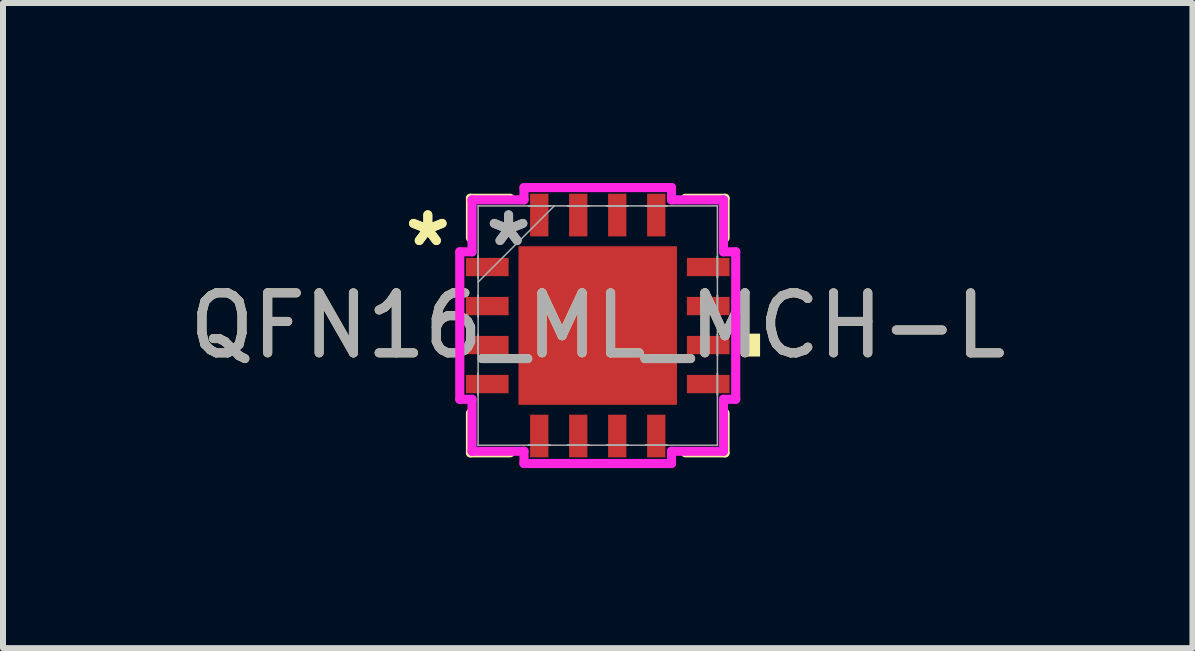
<source format=kicad_pcb>
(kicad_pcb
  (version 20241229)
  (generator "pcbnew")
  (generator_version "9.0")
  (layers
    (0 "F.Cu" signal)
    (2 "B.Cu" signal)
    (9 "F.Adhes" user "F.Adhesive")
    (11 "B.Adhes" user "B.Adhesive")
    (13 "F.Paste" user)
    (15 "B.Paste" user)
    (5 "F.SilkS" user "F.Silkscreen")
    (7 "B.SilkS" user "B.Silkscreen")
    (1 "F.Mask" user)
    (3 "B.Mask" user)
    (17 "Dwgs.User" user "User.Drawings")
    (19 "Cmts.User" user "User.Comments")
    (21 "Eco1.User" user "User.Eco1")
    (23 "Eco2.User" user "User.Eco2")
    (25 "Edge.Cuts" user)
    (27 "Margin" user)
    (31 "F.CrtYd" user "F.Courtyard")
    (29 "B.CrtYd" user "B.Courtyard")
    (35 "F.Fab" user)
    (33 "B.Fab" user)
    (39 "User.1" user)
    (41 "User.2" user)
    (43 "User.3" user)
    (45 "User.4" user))
  (footprint "QFN16_ML_MCH-L"
    (layer "F.Cu")
    (at 6.911 2.375)
    (property "Reference" "QFN16_ML_MCH-L" (at 0 0 0) (unlocked yes) (layer "F.SilkS") (effects (font (size 1 1) (thickness 0.15))))
    (attr smd)
    (fp_line (start -2.121 -2.121) (end -2.121 -1.46) (stroke (width 0.152) (type solid)) (layer "F.SilkS"))
    (fp_line (start -2.121 1.46) (end -2.121 2.121) (stroke (width 0.152) (type solid)) (layer "F.SilkS"))
    (fp_line (start -2.121 2.121) (end -1.46 2.121) (stroke (width 0.152) (type solid)) (layer "F.SilkS"))
    (fp_line (start -1.46 -2.121) (end -2.121 -2.121) (stroke (width 0.152) (type solid)) (layer "F.SilkS"))
    (fp_line (start 1.46 2.121) (end 2.121 2.121) (stroke (width 0.152) (type solid)) (layer "F.SilkS"))
    (fp_line (start 2.121 -2.121) (end 1.46 -2.121) (stroke (width 0.152) (type solid)) (layer "F.SilkS"))
    (fp_line (start 2.121 -1.46) (end 2.121 -2.121) (stroke (width 0.152) (type solid)) (layer "F.SilkS"))
    (fp_line (start 2.121 2.121) (end 2.121 1.46) (stroke (width 0.152) (type solid)) (layer "F.SilkS"))
    (fp_poly (pts (xy 2.705 0.135) (xy 2.705 0.516) (xy 2.451 0.516) (xy 2.451 0.135)) (stroke (width 0) (type solid)) (fill yes) (layer "F.SilkS"))
    (fp_poly (pts (xy -1.221 -1.221) (xy -1.221 -0.1) (xy -0.1 -0.1) (xy -0.1 -1.221)) (stroke (width 0) (type solid)) (fill yes) (layer "F.Paste"))
    (fp_poly (pts (xy -1.221 0.1) (xy -1.221 1.221) (xy -0.1 1.221) (xy -0.1 0.1)) (stroke (width 0) (type solid)) (fill yes) (layer "F.Paste"))
    (fp_poly (pts (xy 0.1 -1.221) (xy 0.1 -0.1) (xy 1.221 -0.1) (xy 1.221 -1.221)) (stroke (width 0) (type solid)) (fill yes) (layer "F.Paste"))
    (fp_poly (pts (xy 0.1 0.1) (xy 0.1 1.221) (xy 1.221 1.221) (xy 1.221 0.1)) (stroke (width 0) (type solid)) (fill yes) (layer "F.Paste"))
    (fp_line (start -2.299 -1.229) (end -2.095 -1.229) (stroke (width 0.152) (type solid)) (layer "F.CrtYd"))
    (fp_line (start -2.299 1.229) (end -2.299 -1.229) (stroke (width 0.152) (type solid)) (layer "F.CrtYd"))
    (fp_line (start -2.095 -2.095) (end -1.229 -2.095) (stroke (width 0.152) (type solid)) (layer "F.CrtYd"))
    (fp_line (start -2.095 -1.229) (end -2.095 -2.095) (stroke (width 0.152) (type solid)) (layer "F.CrtYd"))
    (fp_line (start -2.095 1.229) (end -2.299 1.229) (stroke (width 0.152) (type solid)) (layer "F.CrtYd"))
    (fp_line (start -2.095 2.095) (end -2.095 1.229) (stroke (width 0.152) (type solid)) (layer "F.CrtYd"))
    (fp_line (start -1.229 -2.299) (end 1.229 -2.299) (stroke (width 0.152) (type solid)) (layer "F.CrtYd"))
    (fp_line (start -1.229 -2.095) (end -1.229 -2.299) (stroke (width 0.152) (type solid)) (layer "F.CrtYd"))
    (fp_line (start -1.229 2.095) (end -2.095 2.095) (stroke (width 0.152) (type solid)) (layer "F.CrtYd"))
    (fp_line (start -1.229 2.299) (end -1.229 2.095) (stroke (width 0.152) (type solid)) (layer "F.CrtYd"))
    (fp_line (start 1.229 -2.299) (end 1.229 -2.095) (stroke (width 0.152) (type solid)) (layer "F.CrtYd"))
    (fp_line (start 1.229 -2.095) (end 2.095 -2.095) (stroke (width 0.152) (type solid)) (layer "F.CrtYd"))
    (fp_line (start 1.229 2.095) (end 1.229 2.299) (stroke (width 0.152) (type solid)) (layer "F.CrtYd"))
    (fp_line (start 1.229 2.299) (end -1.229 2.299) (stroke (width 0.152) (type solid)) (layer "F.CrtYd"))
    (fp_line (start 2.095 -2.095) (end 2.095 -1.229) (stroke (width 0.152) (type solid)) (layer "F.CrtYd"))
    (fp_line (start 2.095 -1.229) (end 2.299 -1.229) (stroke (width 0.152) (type solid)) (layer "F.CrtYd"))
    (fp_line (start 2.095 1.229) (end 2.095 2.095) (stroke (width 0.152) (type solid)) (layer "F.CrtYd"))
    (fp_line (start 2.095 2.095) (end 1.229 2.095) (stroke (width 0.152) (type solid)) (layer "F.CrtYd"))
    (fp_line (start 2.299 -1.229) (end 2.299 1.229) (stroke (width 0.152) (type solid)) (layer "F.CrtYd"))
    (fp_line (start 2.299 1.229) (end 2.095 1.229) (stroke (width 0.152) (type solid)) (layer "F.CrtYd"))
    (fp_line (start -1.994 -1.994) (end -1.994 -1.994) (stroke (width 0.025) (type solid)) (layer "F.Fab"))
    (fp_line (start -1.994 -1.994) (end -1.994 1.994) (stroke (width 0.025) (type solid)) (layer "F.Fab"))
    (fp_line (start -1.994 -1.153) (end -1.994 -1.153) (stroke (width 0.025) (type solid)) (layer "F.Fab"))
    (fp_line (start -1.994 -1.153) (end -1.994 -0.797) (stroke (width 0.025) (type solid)) (layer "F.Fab"))
    (fp_line (start -1.994 -0.797) (end -1.994 -1.153) (stroke (width 0.025) (type solid)) (layer "F.Fab"))
    (fp_line (start -1.994 -0.797) (end -1.994 -0.797) (stroke (width 0.025) (type solid)) (layer "F.Fab"))
    (fp_line (start -1.994 -0.724) (end -0.724 -1.994) (stroke (width 0.025) (type solid)) (layer "F.Fab"))
    (fp_line (start -1.994 -0.503) (end -1.994 -0.503) (stroke (width 0.025) (type solid)) (layer "F.Fab"))
    (fp_line (start -1.994 -0.503) (end -1.994 -0.147) (stroke (width 0.025) (type solid)) (layer "F.Fab"))
    (fp_line (start -1.994 -0.147) (end -1.994 -0.503) (stroke (width 0.025) (type solid)) (layer "F.Fab"))
    (fp_line (start -1.994 -0.147) (end -1.994 -0.147) (stroke (width 0.025) (type solid)) (layer "F.Fab"))
    (fp_line (start -1.994 0.147) (end -1.994 0.147) (stroke (width 0.025) (type solid)) (layer "F.Fab"))
    (fp_line (start -1.994 0.147) (end -1.994 0.503) (stroke (width 0.025) (type solid)) (layer "F.Fab"))
    (fp_line (start -1.994 0.503) (end -1.994 0.147) (stroke (width 0.025) (type solid)) (layer "F.Fab"))
    (fp_line (start -1.994 0.503) (end -1.994 0.503) (stroke (width 0.025) (type solid)) (layer "F.Fab"))
    (fp_line (start -1.994 0.797) (end -1.994 0.797) (stroke (width 0.025) (type solid)) (layer "F.Fab"))
    (fp_line (start -1.994 0.797) (end -1.994 1.153) (stroke (width 0.025) (type solid)) (layer "F.Fab"))
    (fp_line (start -1.994 1.153) (end -1.994 0.797) (stroke (width 0.025) (type solid)) (layer "F.Fab"))
    (fp_line (start -1.994 1.153) (end -1.994 1.153) (stroke (width 0.025) (type solid)) (layer "F.Fab"))
    (fp_line (start -1.994 1.994) (end -1.994 1.994) (stroke (width 0.025) (type solid)) (layer "F.Fab"))
    (fp_line (start -1.994 1.994) (end 1.994 1.994) (stroke (width 0.025) (type solid)) (layer "F.Fab"))
    (fp_line (start -1.153 -1.994) (end -1.153 -1.994) (stroke (width 0.025) (type solid)) (layer "F.Fab"))
    (fp_line (start -1.153 -1.994) (end -0.797 -1.994) (stroke (width 0.025) (type solid)) (layer "F.Fab"))
    (fp_line (start -1.153 1.994) (end -1.153 1.994) (stroke (width 0.025) (type solid)) (layer "F.Fab"))
    (fp_line (start -1.153 1.994) (end -0.797 1.994) (stroke (width 0.025) (type solid)) (layer "F.Fab"))
    (fp_line (start -0.797 -1.994) (end -1.153 -1.994) (stroke (width 0.025) (type solid)) (layer "F.Fab"))
    (fp_line (start -0.797 -1.994) (end -0.797 -1.994) (stroke (width 0.025) (type solid)) (layer "F.Fab"))
    (fp_line (start -0.797 1.994) (end -1.153 1.994) (stroke (width 0.025) (type solid)) (layer "F.Fab"))
    (fp_line (start -0.797 1.994) (end -0.797 1.994) (stroke (width 0.025) (type solid)) (layer "F.Fab"))
    (fp_line (start -0.503 -1.994) (end -0.503 -1.994) (stroke (width 0.025) (type solid)) (layer "F.Fab"))
    (fp_line (start -0.503 -1.994) (end -0.147 -1.994) (stroke (width 0.025) (type solid)) (layer "F.Fab"))
    (fp_line (start -0.503 1.994) (end -0.503 1.994) (stroke (width 0.025) (type solid)) (layer "F.Fab"))
    (fp_line (start -0.503 1.994) (end -0.147 1.994) (stroke (width 0.025) (type solid)) (layer "F.Fab"))
    (fp_line (start -0.147 -1.994) (end -0.503 -1.994) (stroke (width 0.025) (type solid)) (layer "F.Fab"))
    (fp_line (start -0.147 -1.994) (end -0.147 -1.994) (stroke (width 0.025) (type solid)) (layer "F.Fab"))
    (fp_line (start -0.147 1.994) (end -0.503 1.994) (stroke (width 0.025) (type solid)) (layer "F.Fab"))
    (fp_line (start -0.147 1.994) (end -0.147 1.994) (stroke (width 0.025) (type solid)) (layer "F.Fab"))
    (fp_line (start 0.147 -1.994) (end 0.147 -1.994) (stroke (width 0.025) (type solid)) (layer "F.Fab"))
    (fp_line (start 0.147 -1.994) (end 0.503 -1.994) (stroke (width 0.025) (type solid)) (layer "F.Fab"))
    (fp_line (start 0.147 1.994) (end 0.147 1.994) (stroke (width 0.025) (type solid)) (layer "F.Fab"))
    (fp_line (start 0.147 1.994) (end 0.503 1.994) (stroke (width 0.025) (type solid)) (layer "F.Fab"))
    (fp_line (start 0.503 -1.994) (end 0.147 -1.994) (stroke (width 0.025) (type solid)) (layer "F.Fab"))
    (fp_line (start 0.503 -1.994) (end 0.503 -1.994) (stroke (width 0.025) (type solid)) (layer "F.Fab"))
    (fp_line (start 0.503 1.994) (end 0.147 1.994) (stroke (width 0.025) (type solid)) (layer "F.Fab"))
    (fp_line (start 0.503 1.994) (end 0.503 1.994) (stroke (width 0.025) (type solid)) (layer "F.Fab"))
    (fp_line (start 0.797 -1.994) (end 0.797 -1.994) (stroke (width 0.025) (type solid)) (layer "F.Fab"))
    (fp_line (start 0.797 -1.994) (end 1.153 -1.994) (stroke (width 0.025) (type solid)) (layer "F.Fab"))
    (fp_line (start 0.797 1.994) (end 0.797 1.994) (stroke (width 0.025) (type solid)) (layer "F.Fab"))
    (fp_line (start 0.797 1.994) (end 1.153 1.994) (stroke (width 0.025) (type solid)) (layer "F.Fab"))
    (fp_line (start 1.153 -1.994) (end 0.797 -1.994) (stroke (width 0.025) (type solid)) (layer "F.Fab"))
    (fp_line (start 1.153 -1.994) (end 1.153 -1.994) (stroke (width 0.025) (type solid)) (layer "F.Fab"))
    (fp_line (start 1.153 1.994) (end 0.797 1.994) (stroke (width 0.025) (type solid)) (layer "F.Fab"))
    (fp_line (start 1.153 1.994) (end 1.153 1.994) (stroke (width 0.025) (type solid)) (layer "F.Fab"))
    (fp_line (start 1.994 -1.994) (end -1.994 -1.994) (stroke (width 0.025) (type solid)) (layer "F.Fab"))
    (fp_line (start 1.994 -1.994) (end 1.994 -1.994) (stroke (width 0.025) (type solid)) (layer "F.Fab"))
    (fp_line (start 1.994 -1.153) (end 1.994 -1.153) (stroke (width 0.025) (type solid)) (layer "F.Fab"))
    (fp_line (start 1.994 -1.153) (end 1.994 -0.797) (stroke (width 0.025) (type solid)) (layer "F.Fab"))
    (fp_line (start 1.994 -0.797) (end 1.994 -1.153) (stroke (width 0.025) (type solid)) (layer "F.Fab"))
    (fp_line (start 1.994 -0.797) (end 1.994 -0.797) (stroke (width 0.025) (type solid)) (layer "F.Fab"))
    (fp_line (start 1.994 -0.503) (end 1.994 -0.503) (stroke (width 0.025) (type solid)) (layer "F.Fab"))
    (fp_line (start 1.994 -0.503) (end 1.994 -0.147) (stroke (width 0.025) (type solid)) (layer "F.Fab"))
    (fp_line (start 1.994 -0.147) (end 1.994 -0.503) (stroke (width 0.025) (type solid)) (layer "F.Fab"))
    (fp_line (start 1.994 -0.147) (end 1.994 -0.147) (stroke (width 0.025) (type solid)) (layer "F.Fab"))
    (fp_line (start 1.994 0.147) (end 1.994 0.147) (stroke (width 0.025) (type solid)) (layer "F.Fab"))
    (fp_line (start 1.994 0.147) (end 1.994 0.503) (stroke (width 0.025) (type solid)) (layer "F.Fab"))
    (fp_line (start 1.994 0.503) (end 1.994 0.147) (stroke (width 0.025) (type solid)) (layer "F.Fab"))
    (fp_line (start 1.994 0.503) (end 1.994 0.503) (stroke (width 0.025) (type solid)) (layer "F.Fab"))
    (fp_line (start 1.994 0.797) (end 1.994 0.797) (stroke (width 0.025) (type solid)) (layer "F.Fab"))
    (fp_line (start 1.994 0.797) (end 1.994 1.153) (stroke (width 0.025) (type solid)) (layer "F.Fab"))
    (fp_line (start 1.994 1.153) (end 1.994 0.797) (stroke (width 0.025) (type solid)) (layer "F.Fab"))
    (fp_line (start 1.994 1.153) (end 1.994 1.153) (stroke (width 0.025) (type solid)) (layer "F.Fab"))
    (fp_line (start 1.994 1.994) (end 1.994 -1.994) (stroke (width 0.025) (type solid)) (layer "F.Fab"))
    (fp_line (start 1.994 1.994) (end 1.994 1.994) (stroke (width 0.025) (type solid)) (layer "F.Fab"))
    (fp_text user "*" (at -2.832 -1.3 0) (unlocked yes) (layer "F.SilkS") (effects (font (size 1 1) (thickness 0.15))))
    (fp_text user "*" (at -2.832 -1.3 0) (layer "F.SilkS") (effects (font (size 1 1) (thickness 0.15))))
    (fp_text user "*" (at -1.486 -1.3 0) (layer "F.Fab") (effects (font (size 1 1) (thickness 0.15))))
    (fp_text user "${REFERENCE}" (at 0 0 0) (unlocked yes) (layer "F.Fab") (effects (font (size 1 1) (thickness 0.15))))
    (fp_text user "*" (at -1.486 -1.3 0) (unlocked yes) (layer "F.Fab") (effects (font (size 1 1) (thickness 0.15))))
    (pad "1" smd rect (at -1.841 -0.975 90) (size 0.305 0.711) (layers "F.Cu" "F.Mask" "F.Paste"))
    (pad "2" smd rect (at -1.841 -0.325 90) (size 0.305 0.711) (layers "F.Cu" "F.Mask" "F.Paste"))
    (pad "3" smd rect (at -1.841 0.325 90) (size 0.305 0.711) (layers "F.Cu" "F.Mask" "F.Paste"))
    (pad "4" smd rect (at -1.841 0.975 90) (size 0.305 0.711) (layers "F.Cu" "F.Mask" "F.Paste"))
    (pad "5" smd rect (at -0.975 1.841) (size 0.305 0.711) (layers "F.Cu" "F.Mask" "F.Paste"))
    (pad "6" smd rect (at -0.325 1.841) (size 0.305 0.711) (layers "F.Cu" "F.Mask" "F.Paste"))
    (pad "7" smd rect (at 0.325 1.841) (size 0.305 0.711) (layers "F.Cu" "F.Mask" "F.Paste"))
    (pad "8" smd rect (at 0.975 1.841) (size 0.305 0.711) (layers "F.Cu" "F.Mask" "F.Paste"))
    (pad "9" smd rect (at 1.841 0.975 90) (size 0.305 0.711) (layers "F.Cu" "F.Mask" "F.Paste"))
    (pad "10" smd rect (at 1.841 0.325 90) (size 0.305 0.711) (layers "F.Cu" "F.Mask" "F.Paste"))
    (pad "11" smd rect (at 1.841 -0.325 90) (size 0.305 0.711) (layers "F.Cu" "F.Mask" "F.Paste"))
    (pad "12" smd rect (at 1.841 -0.975 90) (size 0.305 0.711) (layers "F.Cu" "F.Mask" "F.Paste"))
    (pad "13" smd rect (at 0.975 -1.841) (size 0.305 0.711) (layers "F.Cu" "F.Mask" "F.Paste"))
    (pad "14" smd rect (at 0.325 -1.841) (size 0.305 0.711) (layers "F.Cu" "F.Mask" "F.Paste"))
    (pad "15" smd rect (at -0.325 -1.841) (size 0.305 0.711) (layers "F.Cu" "F.Mask" "F.Paste"))
    (pad "16" smd rect (at -0.975 -1.841) (size 0.305 0.711) (layers "F.Cu" "F.Mask" "F.Paste"))
    (pad "17" smd rect (at 0 0) (size 2.642 2.642) (layers "F.Cu" "F.Mask" "F.Paste")))
  (gr_rect
    (start -3 -3)
    (end 16.821 7.75)
    (stroke (width 0.1) (type default))
    (fill no)
    (layer "Edge.Cuts")))
</source>
